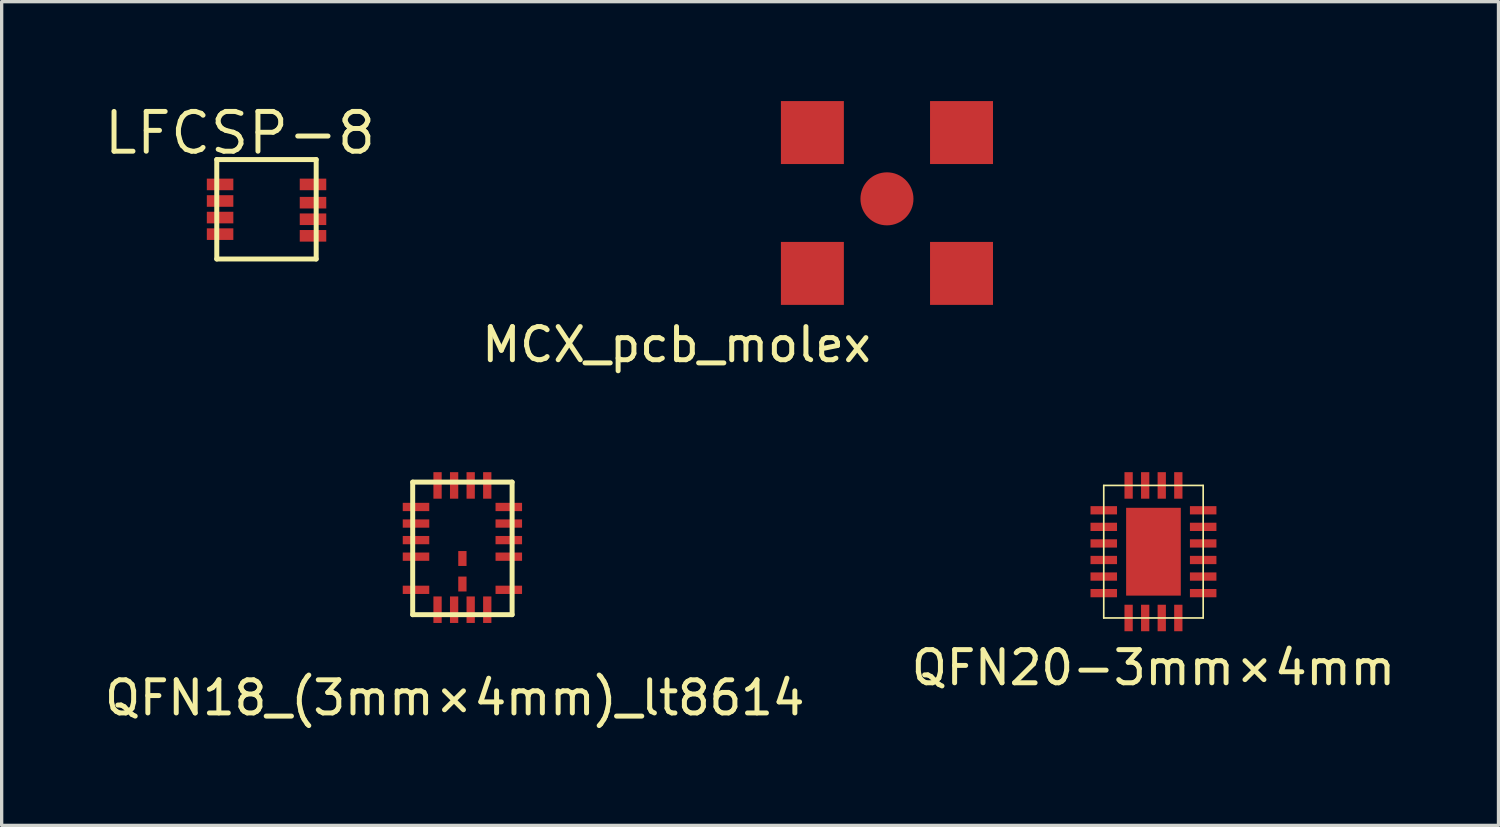
<source format=kicad_pcb>
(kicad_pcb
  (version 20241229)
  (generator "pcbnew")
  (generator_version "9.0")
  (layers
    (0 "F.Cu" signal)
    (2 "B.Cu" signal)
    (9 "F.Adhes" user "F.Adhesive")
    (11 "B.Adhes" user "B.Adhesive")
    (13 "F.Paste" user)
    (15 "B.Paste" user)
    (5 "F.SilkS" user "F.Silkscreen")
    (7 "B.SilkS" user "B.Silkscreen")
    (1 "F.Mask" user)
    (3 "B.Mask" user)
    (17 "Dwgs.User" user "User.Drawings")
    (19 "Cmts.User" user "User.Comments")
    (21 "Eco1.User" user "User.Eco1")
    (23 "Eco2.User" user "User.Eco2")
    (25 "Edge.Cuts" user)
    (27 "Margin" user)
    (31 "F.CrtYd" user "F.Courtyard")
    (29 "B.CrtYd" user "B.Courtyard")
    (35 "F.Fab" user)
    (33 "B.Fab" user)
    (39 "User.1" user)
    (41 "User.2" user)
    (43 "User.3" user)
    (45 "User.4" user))
  (footprint "LFCSP-8"
    (layer "F.Cu")
    (at 3.491 4.765)
    (property "Reference" "LFCSP-8" (at 0.7 -3.8 180) (layer "F.SilkS") (effects (font (size 1.2 1.2) (thickness 0.15))))
    (attr through_hole)
    (fp_line (start 0 -3) (end 0 0) (stroke (width 0.15) (type solid)) (layer "F.SilkS"))
    (fp_line (start 0 0) (end 3 0) (stroke (width 0.15) (type solid)) (layer "F.SilkS"))
    (fp_line (start 3 -3) (end 0 -3) (stroke (width 0.15) (type solid)) (layer "F.SilkS"))
    (fp_line (start 3 0) (end 3 -3) (stroke (width 0.15) (type solid)) (layer "F.SilkS"))
    (pad "1" smd rect (at 0.1 -2.25 270) (size 0.35 0.8) (layers "F.Cu" "F.Mask" "F.Paste"))
    (pad "2" smd rect (at 0.1 -1.75 270) (size 0.35 0.8) (layers "F.Cu" "F.Mask" "F.Paste"))
    (pad "3" smd rect (at 0.1 -1.25 270) (size 0.35 0.8) (layers "F.Cu" "F.Mask" "F.Paste"))
    (pad "4" smd rect (at 0.1 -0.75 270) (size 0.35 0.8) (layers "F.Cu" "F.Mask" "F.Paste"))
    (pad "5" smd rect (at 2.904 -0.699 270) (size 0.35 0.8) (layers "F.Cu" "F.Mask" "F.Paste"))
    (pad "6" smd rect (at 2.904 -1.199 270) (size 0.35 0.8) (layers "F.Cu" "F.Mask" "F.Paste"))
    (pad "7" smd rect (at 2.904 -1.699 270) (size 0.35 0.8) (layers "F.Cu" "F.Mask" "F.Paste"))
    (pad "8" smd rect (at 2.904 -2.25 270) (size 0.35 0.8) (layers "F.Cu" "F.Mask" "F.Paste")))
  (footprint "MCX_pcb_molex"
    (layer "F.Cu")
    (at 23.714 2.95)
    (property "Reference" "MCX_pcb_molex" (at -6.35 4.4 0) (layer "F.SilkS") (effects (font (size 1 1) (thickness 0.15))))
    (attr through_hole)
    (pad "1" smd circle (at 0 0) (size 1.6 1.6) (layers "F.Cu" "F.Mask" "F.Paste"))
    (pad "2" smd rect (at -2.25 -2) (size 1.9 1.9) (layers "F.Cu" "F.Mask" "F.Paste"))
    (pad "2" smd rect (at -2.25 2.25) (size 1.9 1.9) (layers "F.Cu" "F.Mask" "F.Paste"))
    (pad "2" smd rect (at 2.25 -2) (size 1.9 1.9) (layers "F.Cu" "F.Mask" "F.Paste"))
    (pad "2" smd rect (at 2.25 2.25) (size 1.9 1.9) (layers "F.Cu" "F.Mask" "F.Paste")))
  (footprint "QFN20-3mm×4mm"
    (layer "F.Cu")
    (at 30.256 15.598)
    (property "Reference" "QFN20-3mm×4mm" (at 1.5 1.5 0) (layer "F.SilkS") (effects (font (size 1 1) (thickness 0.15))))
    (attr through_hole)
    (fp_line (start 0 -4) (end 3 -4) (stroke (width 0.05) (type solid)) (layer "F.SilkS"))
    (fp_line (start 0 0) (end 0 -4) (stroke (width 0.05) (type solid)) (layer "F.SilkS"))
    (fp_line (start 3 -4) (end 3 0) (stroke (width 0.05) (type solid)) (layer "F.SilkS"))
    (fp_line (start 3 0) (end 0 0) (stroke (width 0.05) (type solid)) (layer "F.SilkS"))
    (pad "1" smd rect (at 0 -3.25 180) (size 0.8 0.25) (layers "F.Cu" "F.Mask" "F.Paste"))
    (pad "2" smd rect (at 0 -2.75 180) (size 0.8 0.25) (layers "F.Cu" "F.Mask" "F.Paste"))
    (pad "3" smd rect (at 0 -2.25 180) (size 0.8 0.25) (layers "F.Cu" "F.Mask" "F.Paste"))
    (pad "4" smd rect (at 0 -1.75 180) (size 0.8 0.25) (layers "F.Cu" "F.Mask" "F.Paste"))
    (pad "5" smd rect (at 0 -1.25 180) (size 0.8 0.25) (layers "F.Cu" "F.Mask" "F.Paste"))
    (pad "6" smd rect (at 0 -0.75 180) (size 0.8 0.25) (layers "F.Cu" "F.Mask" "F.Paste"))
    (pad "7" smd rect (at 0.75 0 90) (size 0.8 0.25) (layers "F.Cu" "F.Mask" "F.Paste"))
    (pad "8" smd rect (at 1.25 0 90) (size 0.8 0.25) (layers "F.Cu" "F.Mask" "F.Paste"))
    (pad "9" smd rect (at 1.75 0 90) (size 0.8 0.25) (layers "F.Cu" "F.Mask" "F.Paste"))
    (pad "10" smd rect (at 2.25 0 90) (size 0.8 0.25) (layers "F.Cu" "F.Mask" "F.Paste"))
    (pad "11" smd rect (at 3 -0.75 180) (size 0.8 0.25) (layers "F.Cu" "F.Mask" "F.Paste"))
    (pad "12" smd rect (at 3 -1.25 180) (size 0.8 0.25) (layers "F.Cu" "F.Mask" "F.Paste"))
    (pad "13" smd rect (at 3 -1.75 180) (size 0.8 0.25) (layers "F.Cu" "F.Mask" "F.Paste"))
    (pad "14" smd rect (at 3 -2.25 180) (size 0.8 0.25) (layers "F.Cu" "F.Mask" "F.Paste"))
    (pad "15" smd rect (at 3 -2.75 180) (size 0.8 0.25) (layers "F.Cu" "F.Mask" "F.Paste"))
    (pad "16" smd rect (at 3 -3.25) (size 0.8 0.25) (layers "F.Cu" "F.Mask" "F.Paste"))
    (pad "17" smd rect (at 2.25 -4 270) (size 0.8 0.25) (layers "F.Cu" "F.Mask" "F.Paste"))
    (pad "18" smd rect (at 1.75 -4 90) (size 0.8 0.25) (layers "F.Cu" "F.Mask" "F.Paste"))
    (pad "19" smd rect (at 1.25 -4 90) (size 0.8 0.25) (layers "F.Cu" "F.Mask" "F.Paste"))
    (pad "20" smd rect (at 0.75 -4 90) (size 0.8 0.25) (layers "F.Cu" "F.Mask" "F.Paste"))
    (pad "EP" smd rect (at 1.5 -2) (size 1.65 2.65) (layers "F.Cu" "F.Mask" "F.Paste")))
  (footprint "QFN18_(3mm×4mm)_lt8614"
    (layer "F.Cu")
    (at 9.403 15.498)
    (property "Reference" "QFN18_(3mm×4mm)_lt8614" (at 1.27 2.51 0) (layer "F.SilkS") (effects (font (size 1 1) (thickness 0.15))))
    (attr through_hole)
    (fp_line (start 0 -4) (end 0 0) (stroke (width 0.15) (type solid)) (layer "F.SilkS"))
    (fp_line (start 0 0) (end 3 0) (stroke (width 0.15) (type solid)) (layer "F.SilkS"))
    (fp_line (start 3 -4) (end 0 -4) (stroke (width 0.15) (type solid)) (layer "F.SilkS"))
    (fp_line (start 3 0) (end 3 -4) (stroke (width 0.15) (type solid)) (layer "F.SilkS"))
    (pad "1" smd rect (at 0.1 -3.25 90) (size 0.25 0.8) (layers "F.Cu" "F.Mask" "F.Paste"))
    (pad "2" smd rect (at 0.1 -2.75 90) (size 0.25 0.8) (layers "F.Cu" "F.Mask" "F.Paste"))
    (pad "3" smd rect (at 0.1 -2.25 90) (size 0.25 0.8) (layers "F.Cu" "F.Mask" "F.Paste"))
    (pad "4" smd rect (at 0.1 -1.75 90) (size 0.25 0.8) (layers "F.Cu" "F.Mask" "F.Paste"))
    (pad "6" smd rect (at 0.1 -0.75 90) (size 0.25 0.8) (layers "F.Cu" "F.Mask" "F.Paste"))
    (pad "7" smd rect (at 0.75 -0.15) (size 0.25 0.8) (layers "F.Cu" "F.Mask" "F.Paste"))
    (pad "8" smd rect (at 1.25 -0.15) (size 0.25 0.8) (layers "F.Cu" "F.Mask" "F.Paste"))
    (pad "9" smd rect (at 1.75 -0.15) (size 0.25 0.8) (layers "F.Cu" "F.Mask" "F.Paste"))
    (pad "10" smd rect (at 2.25 -0.15) (size 0.25 0.8) (layers "F.Cu" "F.Mask" "F.Paste"))
    (pad "11" smd rect (at 2.9 -0.75 90) (size 0.25 0.8) (layers "F.Cu" "F.Mask" "F.Paste"))
    (pad "13" smd rect (at 2.9 -1.75 90) (size 0.25 0.8) (layers "F.Cu" "F.Mask" "F.Paste"))
    (pad "14" smd rect (at 2.9 -2.25 90) (size 0.25 0.8) (layers "F.Cu" "F.Mask" "F.Paste"))
    (pad "15" smd rect (at 2.9 -2.75 90) (size 0.25 0.8) (layers "F.Cu" "F.Mask" "F.Paste"))
    (pad "16" smd rect (at 2.9 -3.25 90) (size 0.25 0.8) (layers "F.Cu" "F.Mask" "F.Paste"))
    (pad "17" smd rect (at 2.25 -3.9) (size 0.25 0.8) (layers "F.Cu" "F.Mask" "F.Paste"))
    (pad "18" smd rect (at 1.75 -3.9) (size 0.25 0.8) (layers "F.Cu" "F.Mask" "F.Paste"))
    (pad "19" smd rect (at 1.25 -3.9) (size 0.25 0.8) (layers "F.Cu" "F.Mask" "F.Paste"))
    (pad "20" smd rect (at 0.75 -3.9) (size 0.25 0.8) (layers "F.Cu" "F.Mask" "F.Paste"))
    (pad "21" smd rect (at 1.5 -0.925) (size 0.25 0.45) (layers "F.Cu" "F.Mask" "F.Paste"))
    (pad "22" smd rect (at 1.5 -1.695) (size 0.25 0.45) (layers "F.Cu" "F.Mask" "F.Paste")))
  (gr_rect
    (start -3 -3)
    (end 42.167 21.857)
    (stroke (width 0.1) (type default))
    (fill no)
    (layer "Edge.Cuts")))
</source>
